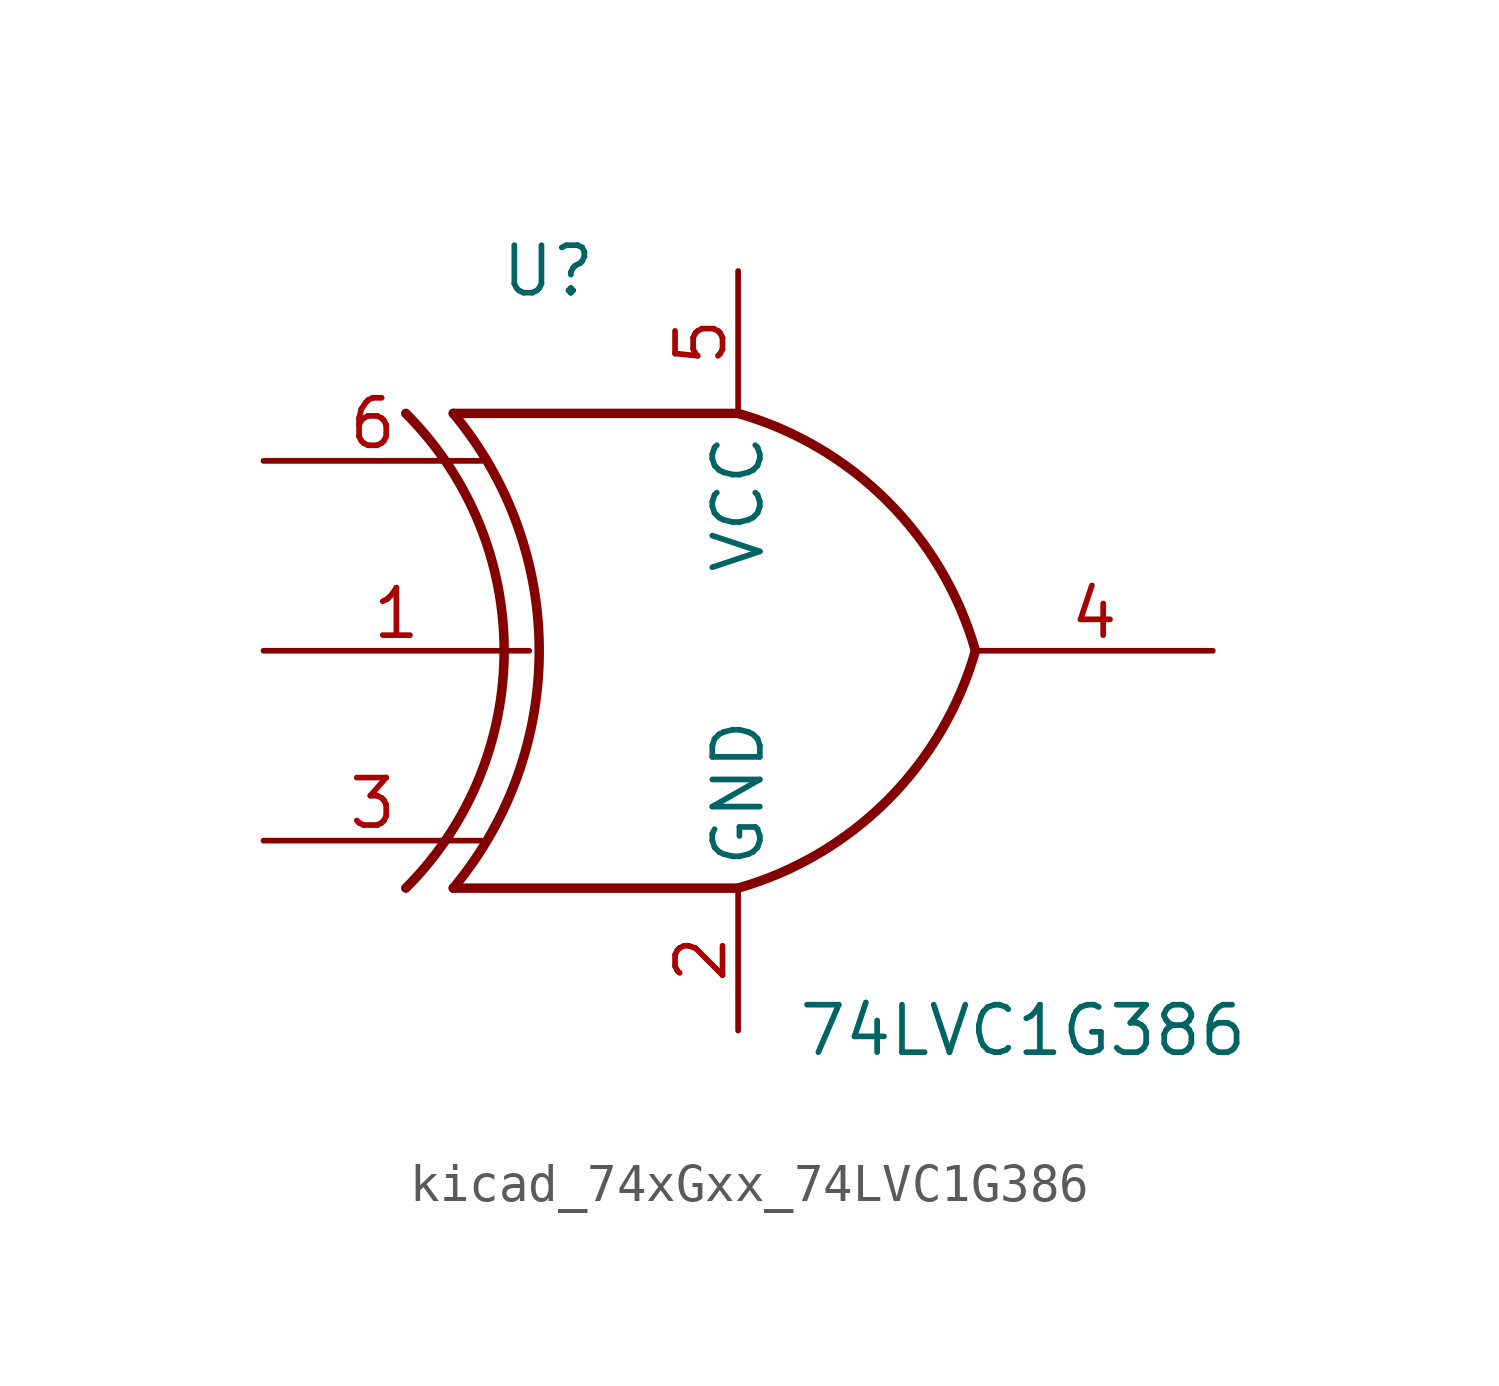
<source format=kicad_sym>
(kicad_symbol_lib
  (version 20220914)
  (generator kicad_symbol_editor)
  (symbol "kicad_74xGxx_74LVC1G386"
    (property "Reference" "U"
      (at -5.08 10.16 0)
      (effects (font (size 1.27 1.27))))
    (property "Value" "74LVC1G386"
      (at 7.62 -10.16 0)
      (effects (font (size 1.27 1.27))))
    (symbol "kicad_74xGxx_74LVC1G386_0_1"
      (arc (start -8.89 -6.35) (mid -6.2598 0) (end -8.89 6.35) (stroke (width 0.254) (type default)) (fill (type none)))
      (arc (start -7.62 -6.35) (mid -5.321 0) (end -7.62 6.35) (stroke (width 0.254) (type default)) (fill (type none)))
      (arc (start 0 -6.35) (mid 3.9978 -3.9978) (end 6.35 0) (stroke (width 0.254) (type default)) (fill (type none)))
      (polyline (pts (xy 0 -6.35) (xy -7.62 -6.35)) (stroke (width 0.254) (type default)) (fill (type background)))
      (polyline (pts (xy 0 6.35) (xy -7.62 6.35)) (stroke (width 0.254) (type default)) (fill (type background)))
      (arc (start 6.35 0) (mid 3.9978 3.9978) (end 0 6.35) (stroke (width 0.254) (type default)) (fill (type none))))
    (symbol "kicad_74xGxx_74LVC1G386_1_1"
      (pin input line (at -12.698 0 0) (length 7.11) (name "~" (effects (font (size 1.27 1.27)))) (number "1" (effects (font (size 1.27 1.27)))))
      (pin power_in line (at 0 -10.16 90) (length 3.81) (name "GND" (effects (font (size 1.27 1.27)))) (number "2" (effects (font (size 1.27 1.27)))))
      (pin input line (at -12.698 -5.08 0) (length 5.84) (name "~" (effects (font (size 1.27 1.27)))) (number "3" (effects (font (size 1.27 1.27)))))
      (pin output line (at 12.7 0 180) (length 6.35) (name "~" (effects (font (size 1.27 1.27)))) (number "4" (effects (font (size 1.27 1.27)))))
      (pin power_in line (at 0 10.16 270) (length 3.81) (name "VCC" (effects (font (size 1.27 1.27)))) (number "5" (effects (font (size 1.27 1.27)))))
      (pin input line (at -12.698 5.08 0) (length 5.84) (name "~" (effects (font (size 1.27 1.27)))) (number "6" (effects (font (size 1.27 1.27))))))))
</source>
